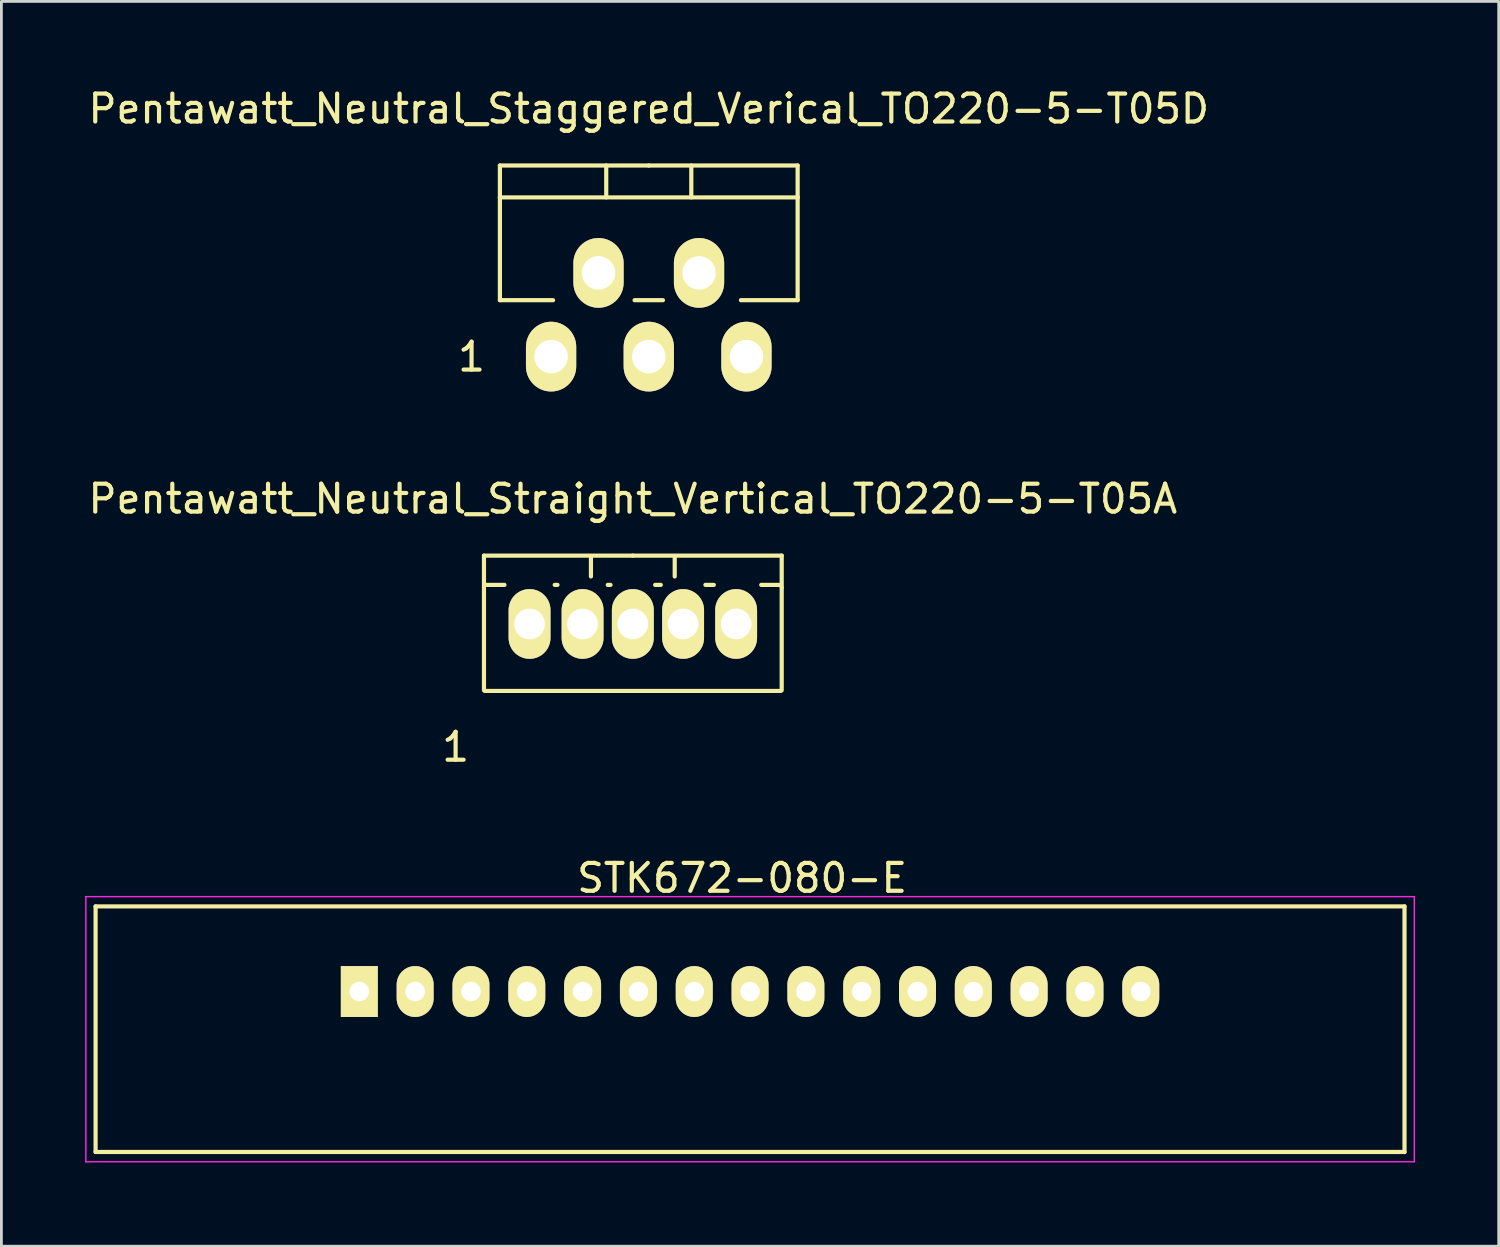
<source format=kicad_pcb>
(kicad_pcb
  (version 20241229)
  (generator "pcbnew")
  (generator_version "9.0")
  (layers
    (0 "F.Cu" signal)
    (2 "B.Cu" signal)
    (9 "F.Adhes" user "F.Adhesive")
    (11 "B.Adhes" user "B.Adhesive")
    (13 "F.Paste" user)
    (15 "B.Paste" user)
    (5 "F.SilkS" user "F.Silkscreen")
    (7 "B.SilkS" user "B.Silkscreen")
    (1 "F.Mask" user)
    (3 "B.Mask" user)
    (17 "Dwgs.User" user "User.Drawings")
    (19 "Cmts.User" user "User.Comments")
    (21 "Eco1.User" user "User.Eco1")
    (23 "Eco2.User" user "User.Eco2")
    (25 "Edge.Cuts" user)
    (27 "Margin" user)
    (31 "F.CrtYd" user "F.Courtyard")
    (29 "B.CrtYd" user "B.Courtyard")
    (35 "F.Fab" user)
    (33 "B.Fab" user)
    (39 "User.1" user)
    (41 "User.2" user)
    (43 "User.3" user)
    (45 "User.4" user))
  (footprint "STK672-080-E"
    (layer "F.Cu")
    (at 9.825 32.477)
    (property "Reference" "STK672-080-E" (at 13.716 -4.064 0) (layer "F.SilkS") (effects (font (size 1 1) (thickness 0.15))))
    (attr through_hole)
    (fp_line (start -9.45 -3.05) (end 37.45 -3.05) (stroke (width 0.15) (type solid)) (layer "F.SilkS"))
    (fp_line (start -9.45 5.75) (end -9.45 -3.05) (stroke (width 0.15) (type solid)) (layer "F.SilkS"))
    (fp_line (start 37.45 -3.05) (end 37.45 5.75) (stroke (width 0.15) (type solid)) (layer "F.SilkS"))
    (fp_line (start 37.45 5.75) (end -9.45 5.75) (stroke (width 0.15) (type solid)) (layer "F.SilkS"))
    (fp_line (start -9.8 -3.4) (end -9.8 6.1) (stroke (width 0.05) (type solid)) (layer "F.CrtYd"))
    (fp_line (start -9.8 -3.4) (end 37.8 -3.4) (stroke (width 0.05) (type solid)) (layer "F.CrtYd"))
    (fp_line (start -9.8 6.1) (end 37.8 6.1) (stroke (width 0.05) (type solid)) (layer "F.CrtYd"))
    (fp_line (start 37.8 -3.4) (end 37.8 6.1) (stroke (width 0.05) (type solid)) (layer "F.CrtYd"))
    (pad "1" thru_hole rect (at 0 0) (size 1.324 1.824) (drill 0.7) (layers "*.Cu" "*.Mask" "F.SilkS"))
    (pad "2" thru_hole oval (at 2 0) (size 1.324 1.824) (drill 0.7) (layers "*.Cu" "*.Mask" "F.SilkS"))
    (pad "3" thru_hole oval (at 4 0) (size 1.324 1.824) (drill 0.7) (layers "*.Cu" "*.Mask" "F.SilkS"))
    (pad "4" thru_hole oval (at 6 0) (size 1.324 1.824) (drill 0.7) (layers "*.Cu" "*.Mask" "F.SilkS"))
    (pad "5" thru_hole oval (at 8 0) (size 1.324 1.824) (drill 0.7) (layers "*.Cu" "*.Mask" "F.SilkS"))
    (pad "6" thru_hole oval (at 10 0) (size 1.324 1.824) (drill 0.7) (layers "*.Cu" "*.Mask" "F.SilkS"))
    (pad "7" thru_hole oval (at 12 0) (size 1.324 1.824) (drill 0.7) (layers "*.Cu" "*.Mask" "F.SilkS"))
    (pad "8" thru_hole oval (at 14 0) (size 1.324 1.824) (drill 0.7) (layers "*.Cu" "*.Mask" "F.SilkS"))
    (pad "9" thru_hole oval (at 16 0) (size 1.324 1.824) (drill 0.7) (layers "*.Cu" "*.Mask" "F.SilkS"))
    (pad "10" thru_hole oval (at 18 0) (size 1.324 1.824) (drill 0.7) (layers "*.Cu" "*.Mask" "F.SilkS"))
    (pad "11" thru_hole oval (at 20 0) (size 1.324 1.824) (drill 0.7) (layers "*.Cu" "*.Mask" "F.SilkS"))
    (pad "12" thru_hole oval (at 22 0) (size 1.324 1.824) (drill 0.7) (layers "*.Cu" "*.Mask" "F.SilkS"))
    (pad "13" thru_hole oval (at 24 0) (size 1.324 1.824) (drill 0.7) (layers "*.Cu" "*.Mask" "F.SilkS"))
    (pad "14" thru_hole oval (at 26 0) (size 1.324 1.824) (drill 0.7) (layers "*.Cu" "*.Mask" "F.SilkS"))
    (pad "15" thru_hole oval (at 28 0) (size 1.324 1.824) (drill 0.7) (layers "*.Cu" "*.Mask" "F.SilkS")))
  (footprint "Pentawatt_Neutral_Straight_Vertical_TO220-5-T05A"
    (layer "F.Cu")
    (at 19.625 19.906)
    (property "Reference" "Pentawatt_Neutral_Straight_Vertical_TO220-5-T05A" (at 0 -5.08 0) (layer "F.SilkS") (effects (font (size 1 1) (thickness 0.15))))
    (attr through_hole)
    (fp_line (start -5.334 -1.905) (end -5.334 -3.048) (stroke (width 0.15) (type solid)) (layer "F.SilkS"))
    (fp_line (start -5.334 1.778) (end -5.334 -1.905) (stroke (width 0.15) (type solid)) (layer "F.SilkS"))
    (fp_line (start -5.301 -1.999) (end -4.6 -1.999) (stroke (width 0.15) (type solid)) (layer "F.SilkS"))
    (fp_line (start -5.301 1.801) (end 5.301 1.801) (stroke (width 0.15) (type solid)) (layer "F.SilkS"))
    (fp_line (start -2.799 -1.999) (end -2.7 -1.999) (stroke (width 0.15) (type solid)) (layer "F.SilkS"))
    (fp_line (start -1.501 -3) (end -1.501 -2.301) (stroke (width 0.15) (type solid)) (layer "F.SilkS"))
    (fp_line (start -0.899 -1.999) (end -0.8 -1.999) (stroke (width 0.15) (type solid)) (layer "F.SilkS"))
    (fp_line (start 0 -3.048) (end -5.334 -3.048) (stroke (width 0.15) (type solid)) (layer "F.SilkS"))
    (fp_line (start 0 -3.048) (end 5.334 -3.048) (stroke (width 0.15) (type solid)) (layer "F.SilkS"))
    (fp_line (start 0.8 -1.999) (end 1.001 -1.999) (stroke (width 0.15) (type solid)) (layer "F.SilkS"))
    (fp_line (start 1.501 -3) (end 1.501 -2.301) (stroke (width 0.15) (type solid)) (layer "F.SilkS"))
    (fp_line (start 2.601 -1.999) (end 2.901 -1.999) (stroke (width 0.15) (type solid)) (layer "F.SilkS"))
    (fp_line (start 4.6 -1.999) (end 5.301 -1.999) (stroke (width 0.15) (type solid)) (layer "F.SilkS"))
    (fp_line (start 5.334 -3.048) (end 5.334 -1.905) (stroke (width 0.15) (type solid)) (layer "F.SilkS"))
    (fp_line (start 5.334 -1.905) (end 5.334 1.778) (stroke (width 0.15) (type solid)) (layer "F.SilkS"))
    (fp_text user "1" (at -6.35 3.81 0) (layer "F.SilkS") (effects (font (size 1 1) (thickness 0.15))))
    (pad "1" thru_hole oval (at -3.701 -0.599 90) (size 2.499 1.501) (drill 1.1) (layers "*.Cu" "*.Mask" "F.SilkS"))
    (pad "2" thru_hole oval (at -1.801 -0.599 90) (size 2.499 1.501) (drill 1.1) (layers "*.Cu" "*.Mask" "F.SilkS"))
    (pad "3" thru_hole oval (at 0 -0.599 90) (size 2.499 1.501) (drill 1.1) (layers "*.Cu" "*.Mask" "F.SilkS"))
    (pad "4" thru_hole oval (at 1.801 -0.599 90) (size 2.499 1.501) (drill 1.1) (layers "*.Cu" "*.Mask" "F.SilkS"))
    (pad "5" thru_hole oval (at 3.701 -0.599 90) (size 2.499 1.501) (drill 1.1) (layers "*.Cu" "*.Mask" "F.SilkS")))
  (footprint "Pentawatt_Neutral_Staggered_Verical_TO220-5-T05D"
    (layer "F.Cu")
    (at 20.196 5.928)
    (property "Reference" "Pentawatt_Neutral_Staggered_Verical_TO220-5-T05D" (at 0 -5.08 0) (layer "F.SilkS") (effects (font (size 1 1) (thickness 0.15))))
    (attr through_hole)
    (fp_line (start -5.334 -1.905) (end -5.334 -3.048) (stroke (width 0.15) (type solid)) (layer "F.SilkS"))
    (fp_line (start -5.334 1.778) (end -5.334 -1.905) (stroke (width 0.15) (type solid)) (layer "F.SilkS"))
    (fp_line (start -5.334 1.778) (end -3.429 1.778) (stroke (width 0.15) (type solid)) (layer "F.SilkS"))
    (fp_line (start -1.524 -3.048) (end -1.524 -1.905) (stroke (width 0.15) (type solid)) (layer "F.SilkS"))
    (fp_line (start -0.508 1.778) (end 0.508 1.778) (stroke (width 0.15) (type solid)) (layer "F.SilkS"))
    (fp_line (start 0 -3.048) (end -5.334 -3.048) (stroke (width 0.15) (type solid)) (layer "F.SilkS"))
    (fp_line (start 0 -3.048) (end 5.334 -3.048) (stroke (width 0.15) (type solid)) (layer "F.SilkS"))
    (fp_line (start 1.524 -3.048) (end 1.524 -1.905) (stroke (width 0.15) (type solid)) (layer "F.SilkS"))
    (fp_line (start 3.302 1.778) (end 5.334 1.778) (stroke (width 0.15) (type solid)) (layer "F.SilkS"))
    (fp_line (start 5.334 -3.048) (end 5.334 -1.905) (stroke (width 0.15) (type solid)) (layer "F.SilkS"))
    (fp_line (start 5.334 -1.905) (end -5.334 -1.905) (stroke (width 0.15) (type solid)) (layer "F.SilkS"))
    (fp_line (start 5.334 -1.905) (end 5.334 1.778) (stroke (width 0.15) (type solid)) (layer "F.SilkS"))
    (fp_text user "1" (at -6.35 3.81 0) (layer "F.SilkS") (effects (font (size 1 1) (thickness 0.15))))
    (pad "1" thru_hole oval (at -3.5 3.8 90) (size 2.499 1.801) (drill 1.199) (layers "*.Cu" "*.Mask" "F.SilkS"))
    (pad "2" thru_hole oval (at -1.801 0.8 90) (size 2.499 1.801) (drill 1.199) (layers "*.Cu" "*.Mask" "F.SilkS"))
    (pad "3" thru_hole oval (at 0 3.8 90) (size 2.499 1.801) (drill 1.199) (layers "*.Cu" "*.Mask" "F.SilkS"))
    (pad "4" thru_hole oval (at 1.801 0.8 90) (size 2.499 1.801) (drill 1.199) (layers "*.Cu" "*.Mask" "F.SilkS"))
    (pad "5" thru_hole oval (at 3.5 3.8 90) (size 2.499 1.801) (drill 1.199) (layers "*.Cu" "*.Mask" "F.SilkS")))
  (gr_rect
    (start -3 -3)
    (end 50.65 41.602)
    (stroke (width 0.1) (type default))
    (fill no)
    (layer "Edge.Cuts")))
</source>
